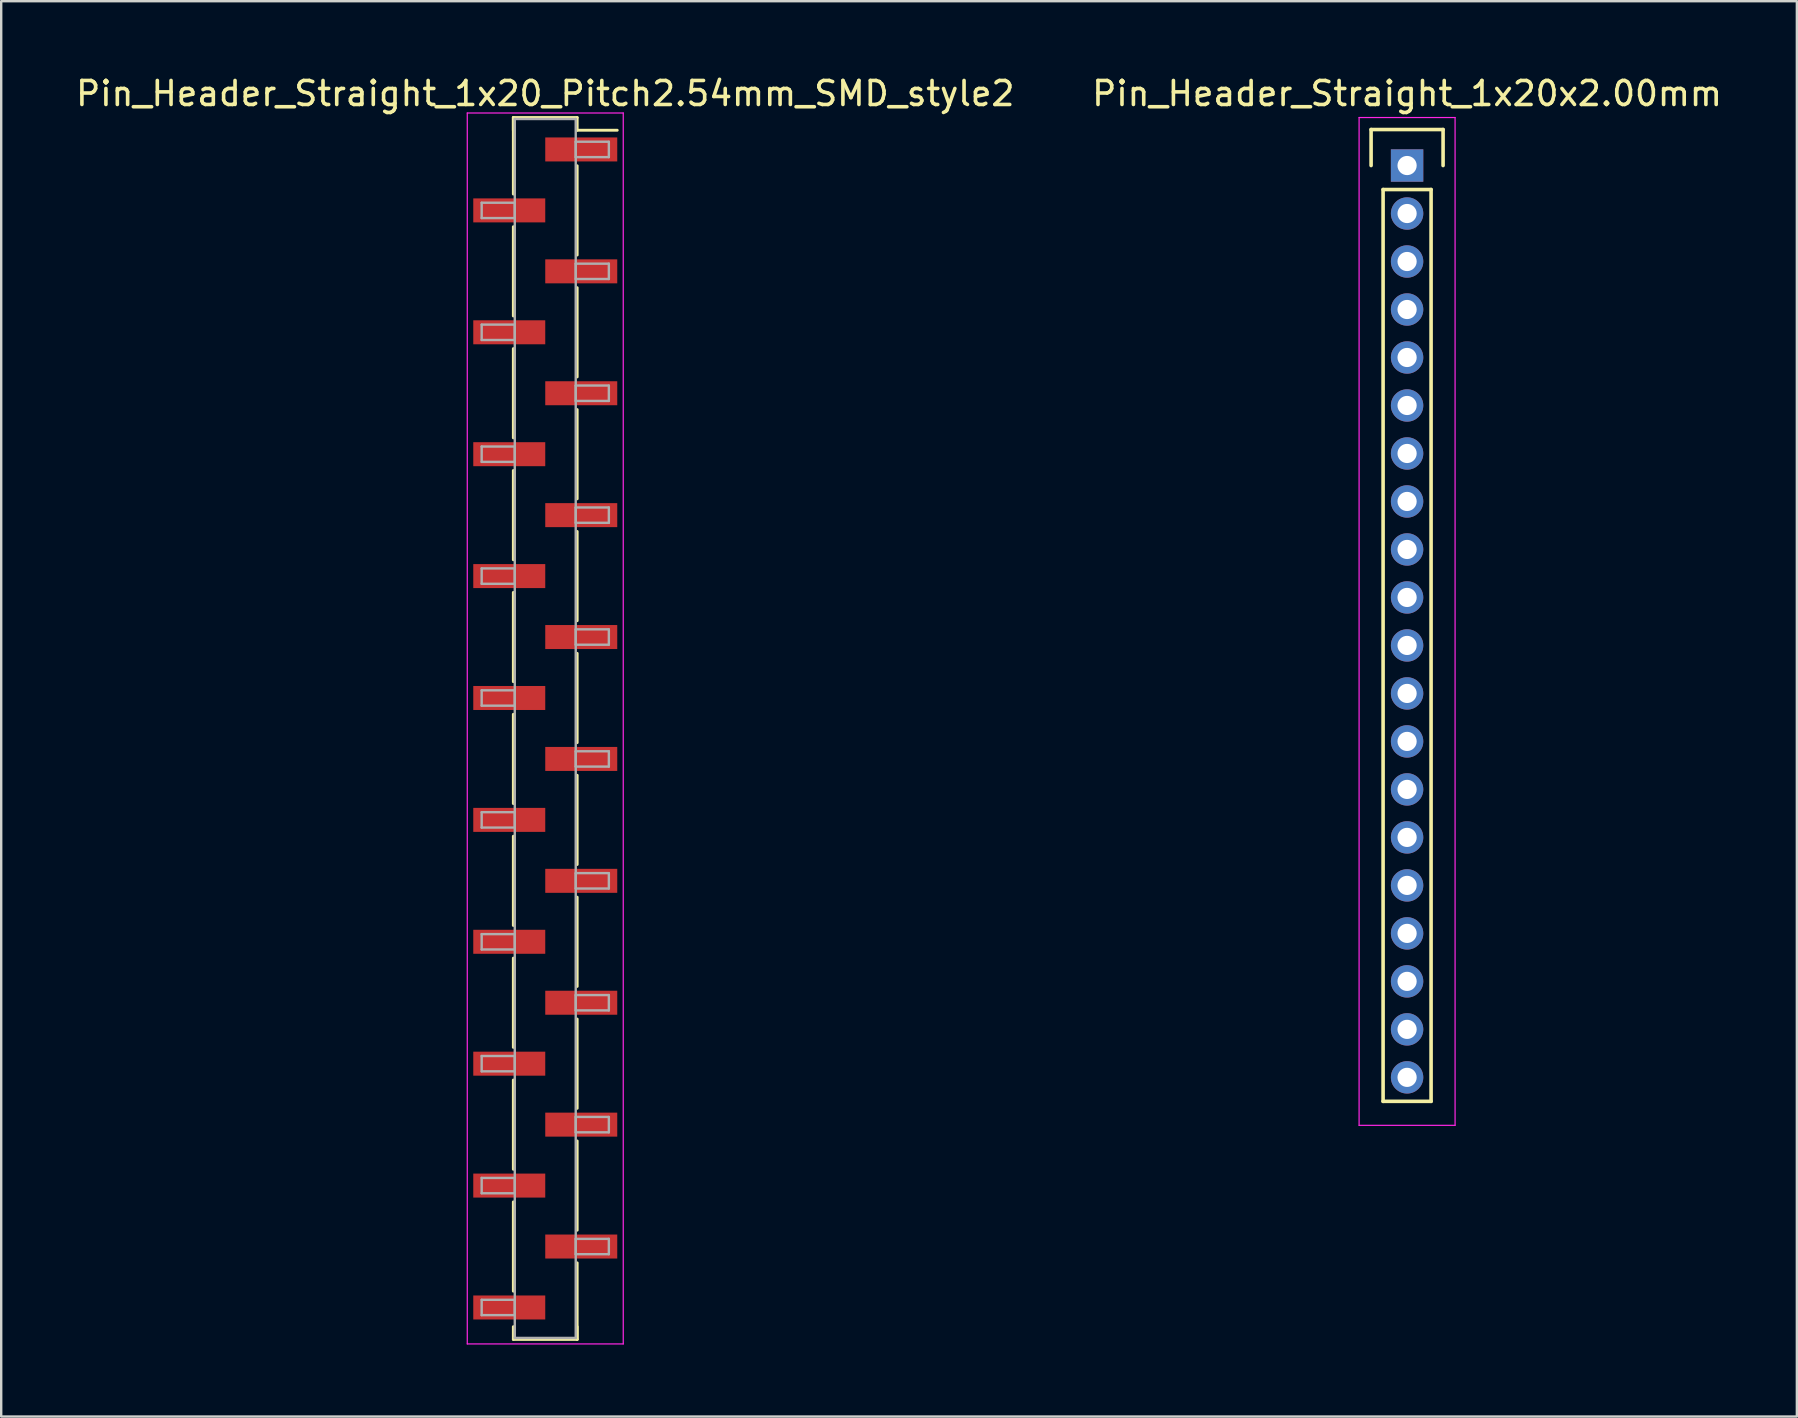
<source format=kicad_pcb>
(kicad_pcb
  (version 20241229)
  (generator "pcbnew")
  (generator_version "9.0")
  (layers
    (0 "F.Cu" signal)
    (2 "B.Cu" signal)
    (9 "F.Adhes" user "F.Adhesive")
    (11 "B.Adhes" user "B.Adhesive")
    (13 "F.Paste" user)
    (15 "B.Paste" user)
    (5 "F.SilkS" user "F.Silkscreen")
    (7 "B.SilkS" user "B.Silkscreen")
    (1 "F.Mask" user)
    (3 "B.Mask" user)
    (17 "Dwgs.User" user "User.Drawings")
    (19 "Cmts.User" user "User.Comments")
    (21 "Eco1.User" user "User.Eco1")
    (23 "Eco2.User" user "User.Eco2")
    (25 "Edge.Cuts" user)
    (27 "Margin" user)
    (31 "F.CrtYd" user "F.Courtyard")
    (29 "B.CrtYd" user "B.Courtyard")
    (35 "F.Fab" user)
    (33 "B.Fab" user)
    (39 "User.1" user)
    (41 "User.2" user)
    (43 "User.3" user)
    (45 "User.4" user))
  (footprint "Pin_Header_Straight_1x20_Pitch2.54mm_SMD_style2"
    (layer "F.Cu")
    (at 19.673 27.308)
    (property "Reference" "Pin_Header_Straight_1x20_Pitch2.54mm_SMD_style2" (at 0 -26.46 0) (layer "F.SilkS") (effects (font (size 1 1) (thickness 0.15))))
    (attr smd)
    (fp_line (start -1.33 -25.46) (end -1.33 -22.27) (stroke (width 0.12) (type solid)) (layer "F.SilkS"))
    (fp_line (start -1.33 -25.46) (end 1.33 -25.46) (stroke (width 0.12) (type solid)) (layer "F.SilkS"))
    (fp_line (start -1.33 -24.93) (end -1.33 -25.46) (stroke (width 0.12) (type solid)) (layer "F.SilkS"))
    (fp_line (start -1.33 -20.91) (end -1.33 -17.19) (stroke (width 0.12) (type solid)) (layer "F.SilkS"))
    (fp_line (start -1.33 -15.83) (end -1.33 -12.11) (stroke (width 0.12) (type solid)) (layer "F.SilkS"))
    (fp_line (start -1.33 -10.75) (end -1.33 -7.03) (stroke (width 0.12) (type solid)) (layer "F.SilkS"))
    (fp_line (start -1.33 -5.67) (end -1.33 -1.95) (stroke (width 0.12) (type solid)) (layer "F.SilkS"))
    (fp_line (start -1.33 -0.59) (end -1.33 3.13) (stroke (width 0.12) (type solid)) (layer "F.SilkS"))
    (fp_line (start -1.33 4.49) (end -1.33 8.21) (stroke (width 0.12) (type solid)) (layer "F.SilkS"))
    (fp_line (start -1.33 9.57) (end -1.33 13.29) (stroke (width 0.12) (type solid)) (layer "F.SilkS"))
    (fp_line (start -1.33 14.65) (end -1.33 18.37) (stroke (width 0.12) (type solid)) (layer "F.SilkS"))
    (fp_line (start -1.33 19.73) (end -1.33 23.45) (stroke (width 0.12) (type solid)) (layer "F.SilkS"))
    (fp_line (start -1.33 24.93) (end -1.33 25.46) (stroke (width 0.12) (type solid)) (layer "F.SilkS"))
    (fp_line (start -1.33 25.46) (end 1.33 25.46) (stroke (width 0.12) (type solid)) (layer "F.SilkS"))
    (fp_line (start 1.33 -25.46) (end 1.33 -24.93) (stroke (width 0.12) (type solid)) (layer "F.SilkS"))
    (fp_line (start 1.33 -24.93) (end 3 -24.93) (stroke (width 0.12) (type solid)) (layer "F.SilkS"))
    (fp_line (start 1.33 -23.45) (end 1.33 -19.73) (stroke (width 0.12) (type solid)) (layer "F.SilkS"))
    (fp_line (start 1.33 -18.37) (end 1.33 -14.65) (stroke (width 0.12) (type solid)) (layer "F.SilkS"))
    (fp_line (start 1.33 -13.29) (end 1.33 -9.57) (stroke (width 0.12) (type solid)) (layer "F.SilkS"))
    (fp_line (start 1.33 -8.21) (end 1.33 -4.49) (stroke (width 0.12) (type solid)) (layer "F.SilkS"))
    (fp_line (start 1.33 -3.13) (end 1.33 0.59) (stroke (width 0.12) (type solid)) (layer "F.SilkS"))
    (fp_line (start 1.33 1.95) (end 1.33 5.67) (stroke (width 0.12) (type solid)) (layer "F.SilkS"))
    (fp_line (start 1.33 7.03) (end 1.33 10.75) (stroke (width 0.12) (type solid)) (layer "F.SilkS"))
    (fp_line (start 1.33 12.11) (end 1.33 15.83) (stroke (width 0.12) (type solid)) (layer "F.SilkS"))
    (fp_line (start 1.33 17.19) (end 1.33 20.91) (stroke (width 0.12) (type solid)) (layer "F.SilkS"))
    (fp_line (start 1.33 22.27) (end 1.33 25.46) (stroke (width 0.12) (type solid)) (layer "F.SilkS"))
    (fp_line (start 1.33 25.46) (end 1.33 24.93) (stroke (width 0.12) (type solid)) (layer "F.SilkS"))
    (fp_line (start -3.25 -25.65) (end -3.25 25.65) (stroke (width 0.05) (type solid)) (layer "F.CrtYd"))
    (fp_line (start -3.25 25.65) (end 3.25 25.65) (stroke (width 0.05) (type solid)) (layer "F.CrtYd"))
    (fp_line (start 3.25 -25.65) (end -3.25 -25.65) (stroke (width 0.05) (type solid)) (layer "F.CrtYd"))
    (fp_line (start 3.25 25.65) (end 3.25 -25.65) (stroke (width 0.05) (type solid)) (layer "F.CrtYd"))
    (fp_line (start -2.65 -21.91) (end -1.27 -21.91) (stroke (width 0.1) (type solid)) (layer "F.Fab"))
    (fp_line (start -2.65 -21.27) (end -2.65 -21.91) (stroke (width 0.1) (type solid)) (layer "F.Fab"))
    (fp_line (start -2.65 -16.83) (end -1.27 -16.83) (stroke (width 0.1) (type solid)) (layer "F.Fab"))
    (fp_line (start -2.65 -16.19) (end -2.65 -16.83) (stroke (width 0.1) (type solid)) (layer "F.Fab"))
    (fp_line (start -2.65 -11.75) (end -1.27 -11.75) (stroke (width 0.1) (type solid)) (layer "F.Fab"))
    (fp_line (start -2.65 -11.11) (end -2.65 -11.75) (stroke (width 0.1) (type solid)) (layer "F.Fab"))
    (fp_line (start -2.65 -6.67) (end -1.27 -6.67) (stroke (width 0.1) (type solid)) (layer "F.Fab"))
    (fp_line (start -2.65 -6.03) (end -2.65 -6.67) (stroke (width 0.1) (type solid)) (layer "F.Fab"))
    (fp_line (start -2.65 -1.59) (end -1.27 -1.59) (stroke (width 0.1) (type solid)) (layer "F.Fab"))
    (fp_line (start -2.65 -0.95) (end -2.65 -1.59) (stroke (width 0.1) (type solid)) (layer "F.Fab"))
    (fp_line (start -2.65 3.49) (end -1.27 3.49) (stroke (width 0.1) (type solid)) (layer "F.Fab"))
    (fp_line (start -2.65 4.13) (end -2.65 3.49) (stroke (width 0.1) (type solid)) (layer "F.Fab"))
    (fp_line (start -2.65 8.57) (end -1.27 8.57) (stroke (width 0.1) (type solid)) (layer "F.Fab"))
    (fp_line (start -2.65 9.21) (end -2.65 8.57) (stroke (width 0.1) (type solid)) (layer "F.Fab"))
    (fp_line (start -2.65 13.65) (end -1.27 13.65) (stroke (width 0.1) (type solid)) (layer "F.Fab"))
    (fp_line (start -2.65 14.29) (end -2.65 13.65) (stroke (width 0.1) (type solid)) (layer "F.Fab"))
    (fp_line (start -2.65 18.73) (end -1.27 18.73) (stroke (width 0.1) (type solid)) (layer "F.Fab"))
    (fp_line (start -2.65 19.37) (end -2.65 18.73) (stroke (width 0.1) (type solid)) (layer "F.Fab"))
    (fp_line (start -2.65 23.81) (end -1.27 23.81) (stroke (width 0.1) (type solid)) (layer "F.Fab"))
    (fp_line (start -2.65 24.45) (end -2.65 23.81) (stroke (width 0.1) (type solid)) (layer "F.Fab"))
    (fp_line (start -1.27 -25.4) (end -1.27 25.4) (stroke (width 0.1) (type solid)) (layer "F.Fab"))
    (fp_line (start -1.27 -21.91) (end -1.27 -21.27) (stroke (width 0.1) (type solid)) (layer "F.Fab"))
    (fp_line (start -1.27 -21.27) (end -2.65 -21.27) (stroke (width 0.1) (type solid)) (layer "F.Fab"))
    (fp_line (start -1.27 -16.83) (end -1.27 -16.19) (stroke (width 0.1) (type solid)) (layer "F.Fab"))
    (fp_line (start -1.27 -16.19) (end -2.65 -16.19) (stroke (width 0.1) (type solid)) (layer "F.Fab"))
    (fp_line (start -1.27 -11.75) (end -1.27 -11.11) (stroke (width 0.1) (type solid)) (layer "F.Fab"))
    (fp_line (start -1.27 -11.11) (end -2.65 -11.11) (stroke (width 0.1) (type solid)) (layer "F.Fab"))
    (fp_line (start -1.27 -6.67) (end -1.27 -6.03) (stroke (width 0.1) (type solid)) (layer "F.Fab"))
    (fp_line (start -1.27 -6.03) (end -2.65 -6.03) (stroke (width 0.1) (type solid)) (layer "F.Fab"))
    (fp_line (start -1.27 -1.59) (end -1.27 -0.95) (stroke (width 0.1) (type solid)) (layer "F.Fab"))
    (fp_line (start -1.27 -0.95) (end -2.65 -0.95) (stroke (width 0.1) (type solid)) (layer "F.Fab"))
    (fp_line (start -1.27 3.49) (end -1.27 4.13) (stroke (width 0.1) (type solid)) (layer "F.Fab"))
    (fp_line (start -1.27 4.13) (end -2.65 4.13) (stroke (width 0.1) (type solid)) (layer "F.Fab"))
    (fp_line (start -1.27 8.57) (end -1.27 9.21) (stroke (width 0.1) (type solid)) (layer "F.Fab"))
    (fp_line (start -1.27 9.21) (end -2.65 9.21) (stroke (width 0.1) (type solid)) (layer "F.Fab"))
    (fp_line (start -1.27 13.65) (end -1.27 14.29) (stroke (width 0.1) (type solid)) (layer "F.Fab"))
    (fp_line (start -1.27 14.29) (end -2.65 14.29) (stroke (width 0.1) (type solid)) (layer "F.Fab"))
    (fp_line (start -1.27 18.73) (end -1.27 19.37) (stroke (width 0.1) (type solid)) (layer "F.Fab"))
    (fp_line (start -1.27 19.37) (end -2.65 19.37) (stroke (width 0.1) (type solid)) (layer "F.Fab"))
    (fp_line (start -1.27 23.81) (end -1.27 24.45) (stroke (width 0.1) (type solid)) (layer "F.Fab"))
    (fp_line (start -1.27 24.45) (end -2.65 24.45) (stroke (width 0.1) (type solid)) (layer "F.Fab"))
    (fp_line (start -1.27 25.4) (end 1.27 25.4) (stroke (width 0.1) (type solid)) (layer "F.Fab"))
    (fp_line (start 1.27 -25.4) (end -1.27 -25.4) (stroke (width 0.1) (type solid)) (layer "F.Fab"))
    (fp_line (start 1.27 -24.45) (end 1.27 -23.81) (stroke (width 0.1) (type solid)) (layer "F.Fab"))
    (fp_line (start 1.27 -23.81) (end 2.65 -23.81) (stroke (width 0.1) (type solid)) (layer "F.Fab"))
    (fp_line (start 1.27 -19.37) (end 1.27 -18.73) (stroke (width 0.1) (type solid)) (layer "F.Fab"))
    (fp_line (start 1.27 -18.73) (end 2.65 -18.73) (stroke (width 0.1) (type solid)) (layer "F.Fab"))
    (fp_line (start 1.27 -14.29) (end 1.27 -13.65) (stroke (width 0.1) (type solid)) (layer "F.Fab"))
    (fp_line (start 1.27 -13.65) (end 2.65 -13.65) (stroke (width 0.1) (type solid)) (layer "F.Fab"))
    (fp_line (start 1.27 -9.21) (end 1.27 -8.57) (stroke (width 0.1) (type solid)) (layer "F.Fab"))
    (fp_line (start 1.27 -8.57) (end 2.65 -8.57) (stroke (width 0.1) (type solid)) (layer "F.Fab"))
    (fp_line (start 1.27 -4.13) (end 1.27 -3.49) (stroke (width 0.1) (type solid)) (layer "F.Fab"))
    (fp_line (start 1.27 -3.49) (end 2.65 -3.49) (stroke (width 0.1) (type solid)) (layer "F.Fab"))
    (fp_line (start 1.27 0.95) (end 1.27 1.59) (stroke (width 0.1) (type solid)) (layer "F.Fab"))
    (fp_line (start 1.27 1.59) (end 2.65 1.59) (stroke (width 0.1) (type solid)) (layer "F.Fab"))
    (fp_line (start 1.27 6.03) (end 1.27 6.67) (stroke (width 0.1) (type solid)) (layer "F.Fab"))
    (fp_line (start 1.27 6.67) (end 2.65 6.67) (stroke (width 0.1) (type solid)) (layer "F.Fab"))
    (fp_line (start 1.27 11.11) (end 1.27 11.75) (stroke (width 0.1) (type solid)) (layer "F.Fab"))
    (fp_line (start 1.27 11.75) (end 2.65 11.75) (stroke (width 0.1) (type solid)) (layer "F.Fab"))
    (fp_line (start 1.27 16.19) (end 1.27 16.83) (stroke (width 0.1) (type solid)) (layer "F.Fab"))
    (fp_line (start 1.27 16.83) (end 2.65 16.83) (stroke (width 0.1) (type solid)) (layer "F.Fab"))
    (fp_line (start 1.27 21.27) (end 1.27 21.91) (stroke (width 0.1) (type solid)) (layer "F.Fab"))
    (fp_line (start 1.27 21.91) (end 2.65 21.91) (stroke (width 0.1) (type solid)) (layer "F.Fab"))
    (fp_line (start 1.27 25.4) (end 1.27 -25.4) (stroke (width 0.1) (type solid)) (layer "F.Fab"))
    (fp_line (start 2.65 -24.45) (end 1.27 -24.45) (stroke (width 0.1) (type solid)) (layer "F.Fab"))
    (fp_line (start 2.65 -23.81) (end 2.65 -24.45) (stroke (width 0.1) (type solid)) (layer "F.Fab"))
    (fp_line (start 2.65 -19.37) (end 1.27 -19.37) (stroke (width 0.1) (type solid)) (layer "F.Fab"))
    (fp_line (start 2.65 -18.73) (end 2.65 -19.37) (stroke (width 0.1) (type solid)) (layer "F.Fab"))
    (fp_line (start 2.65 -14.29) (end 1.27 -14.29) (stroke (width 0.1) (type solid)) (layer "F.Fab"))
    (fp_line (start 2.65 -13.65) (end 2.65 -14.29) (stroke (width 0.1) (type solid)) (layer "F.Fab"))
    (fp_line (start 2.65 -9.21) (end 1.27 -9.21) (stroke (width 0.1) (type solid)) (layer "F.Fab"))
    (fp_line (start 2.65 -8.57) (end 2.65 -9.21) (stroke (width 0.1) (type solid)) (layer "F.Fab"))
    (fp_line (start 2.65 -4.13) (end 1.27 -4.13) (stroke (width 0.1) (type solid)) (layer "F.Fab"))
    (fp_line (start 2.65 -3.49) (end 2.65 -4.13) (stroke (width 0.1) (type solid)) (layer "F.Fab"))
    (fp_line (start 2.65 0.95) (end 1.27 0.95) (stroke (width 0.1) (type solid)) (layer "F.Fab"))
    (fp_line (start 2.65 1.59) (end 2.65 0.95) (stroke (width 0.1) (type solid)) (layer "F.Fab"))
    (fp_line (start 2.65 6.03) (end 1.27 6.03) (stroke (width 0.1) (type solid)) (layer "F.Fab"))
    (fp_line (start 2.65 6.67) (end 2.65 6.03) (stroke (width 0.1) (type solid)) (layer "F.Fab"))
    (fp_line (start 2.65 11.11) (end 1.27 11.11) (stroke (width 0.1) (type solid)) (layer "F.Fab"))
    (fp_line (start 2.65 11.75) (end 2.65 11.11) (stroke (width 0.1) (type solid)) (layer "F.Fab"))
    (fp_line (start 2.65 16.19) (end 1.27 16.19) (stroke (width 0.1) (type solid)) (layer "F.Fab"))
    (fp_line (start 2.65 16.83) (end 2.65 16.19) (stroke (width 0.1) (type solid)) (layer "F.Fab"))
    (fp_line (start 2.65 21.27) (end 1.27 21.27) (stroke (width 0.1) (type solid)) (layer "F.Fab"))
    (fp_line (start 2.65 21.91) (end 2.65 21.27) (stroke (width 0.1) (type solid)) (layer "F.Fab"))
    (pad "1" smd rect (at 1.5 -24.13) (size 3 1) (layers "F.Cu" "F.Mask"))
    (pad "2" smd rect (at -1.5 -21.59) (size 3 1) (layers "F.Cu" "F.Mask"))
    (pad "3" smd rect (at 1.5 -19.05) (size 3 1) (layers "F.Cu" "F.Mask"))
    (pad "4" smd rect (at -1.5 -16.51) (size 3 1) (layers "F.Cu" "F.Mask"))
    (pad "5" smd rect (at 1.5 -13.97) (size 3 1) (layers "F.Cu" "F.Mask"))
    (pad "6" smd rect (at -1.5 -11.43) (size 3 1) (layers "F.Cu" "F.Mask"))
    (pad "7" smd rect (at 1.5 -8.89) (size 3 1) (layers "F.Cu" "F.Mask"))
    (pad "8" smd rect (at -1.5 -6.35) (size 3 1) (layers "F.Cu" "F.Mask"))
    (pad "9" smd rect (at 1.5 -3.81) (size 3 1) (layers "F.Cu" "F.Mask"))
    (pad "10" smd rect (at -1.5 -1.27) (size 3 1) (layers "F.Cu" "F.Mask"))
    (pad "11" smd rect (at 1.5 1.27) (size 3 1) (layers "F.Cu" "F.Mask"))
    (pad "12" smd rect (at -1.5 3.81) (size 3 1) (layers "F.Cu" "F.Mask"))
    (pad "13" smd rect (at 1.5 6.35) (size 3 1) (layers "F.Cu" "F.Mask"))
    (pad "14" smd rect (at -1.5 8.89) (size 3 1) (layers "F.Cu" "F.Mask"))
    (pad "15" smd rect (at 1.5 11.43) (size 3 1) (layers "F.Cu" "F.Mask"))
    (pad "16" smd rect (at -1.5 13.97) (size 3 1) (layers "F.Cu" "F.Mask"))
    (pad "17" smd rect (at 1.5 16.51) (size 3 1) (layers "F.Cu" "F.Mask"))
    (pad "18" smd rect (at -1.5 19.05) (size 3 1) (layers "F.Cu" "F.Mask"))
    (pad "19" smd rect (at 1.5 21.59) (size 3 1) (layers "F.Cu" "F.Mask"))
    (pad "20" smd rect (at -1.5 24.13) (size 3 1) (layers "F.Cu" "F.Mask")))
  (footprint "Pin_Header_Straight_1x20x2.00mm"
    (layer "F.Cu")
    (at 55.589 3.848)
    (property "Reference" "Pin_Header_Straight_1x20x2.00mm" (at 0 -3 0) (layer "F.SilkS") (effects (font (size 1 1) (thickness 0.15))))
    (attr through_hole)
    (fp_line (start -1.5 -1.5) (end 1.5 -1.5) (stroke (width 0.15) (type solid)) (layer "F.SilkS"))
    (fp_line (start -1.5 0) (end -1.5 -1.5) (stroke (width 0.15) (type solid)) (layer "F.SilkS"))
    (fp_line (start -1 1) (end 1 1) (stroke (width 0.15) (type solid)) (layer "F.SilkS"))
    (fp_line (start -1 39) (end -1 1) (stroke (width 0.15) (type solid)) (layer "F.SilkS"))
    (fp_line (start 1 1) (end 1 39) (stroke (width 0.15) (type solid)) (layer "F.SilkS"))
    (fp_line (start 1 39) (end -1 39) (stroke (width 0.15) (type solid)) (layer "F.SilkS"))
    (fp_line (start 1.5 -1.5) (end 1.5 0) (stroke (width 0.15) (type solid)) (layer "F.SilkS"))
    (fp_line (start -2 -2) (end 2 -2) (stroke (width 0.05) (type solid)) (layer "F.CrtYd"))
    (fp_line (start -2 40) (end -2 -2) (stroke (width 0.05) (type solid)) (layer "F.CrtYd"))
    (fp_line (start 2 -2) (end 2 40) (stroke (width 0.05) (type solid)) (layer "F.CrtYd"))
    (fp_line (start 2 40) (end -2 40) (stroke (width 0.05) (type solid)) (layer "F.CrtYd"))
    (pad "1" thru_hole rect (at 0 0) (size 1.35 1.35) (drill 0.8) (layers "*.Cu" "*.Mask"))
    (pad "2" thru_hole circle (at 0 2) (size 1.35 1.35) (drill 0.8) (layers "*.Cu" "*.Mask"))
    (pad "3" thru_hole circle (at 0 4) (size 1.35 1.35) (drill 0.8) (layers "*.Cu" "*.Mask"))
    (pad "4" thru_hole circle (at 0 6) (size 1.35 1.35) (drill 0.8) (layers "*.Cu" "*.Mask"))
    (pad "5" thru_hole circle (at 0 8) (size 1.35 1.35) (drill 0.8) (layers "*.Cu" "*.Mask"))
    (pad "6" thru_hole circle (at 0 10) (size 1.35 1.35) (drill 0.8) (layers "*.Cu" "*.Mask"))
    (pad "7" thru_hole circle (at 0 12) (size 1.35 1.35) (drill 0.8) (layers "*.Cu" "*.Mask"))
    (pad "8" thru_hole circle (at 0 14) (size 1.35 1.35) (drill 0.8) (layers "*.Cu" "*.Mask"))
    (pad "9" thru_hole circle (at 0 16) (size 1.35 1.35) (drill 0.8) (layers "*.Cu" "*.Mask"))
    (pad "10" thru_hole circle (at 0 18) (size 1.35 1.35) (drill 0.8) (layers "*.Cu" "*.Mask"))
    (pad "11" thru_hole circle (at 0 20) (size 1.35 1.35) (drill 0.8) (layers "*.Cu" "*.Mask"))
    (pad "12" thru_hole circle (at 0 22) (size 1.35 1.35) (drill 0.8) (layers "*.Cu" "*.Mask"))
    (pad "13" thru_hole circle (at 0 24) (size 1.35 1.35) (drill 0.8) (layers "*.Cu" "*.Mask"))
    (pad "14" thru_hole circle (at 0 26) (size 1.35 1.35) (drill 0.8) (layers "*.Cu" "*.Mask"))
    (pad "15" thru_hole circle (at 0 28) (size 1.35 1.35) (drill 0.8) (layers "*.Cu" "*.Mask"))
    (pad "16" thru_hole circle (at 0 30) (size 1.35 1.35) (drill 0.8) (layers "*.Cu" "*.Mask"))
    (pad "17" thru_hole circle (at 0 32) (size 1.35 1.35) (drill 0.8) (layers "*.Cu" "*.Mask"))
    (pad "18" thru_hole circle (at 0 34) (size 1.35 1.35) (drill 0.8) (layers "*.Cu" "*.Mask"))
    (pad "19" thru_hole circle (at 0 36) (size 1.35 1.35) (drill 0.8) (layers "*.Cu" "*.Mask"))
    (pad "20" thru_hole circle (at 0 38) (size 1.35 1.35) (drill 0.8) (layers "*.Cu" "*.Mask")))
  (gr_rect
    (start -3 -3)
    (end 71.833 55.983)
    (stroke (width 0.1) (type default))
    (fill no)
    (layer "Edge.Cuts")))
</source>
